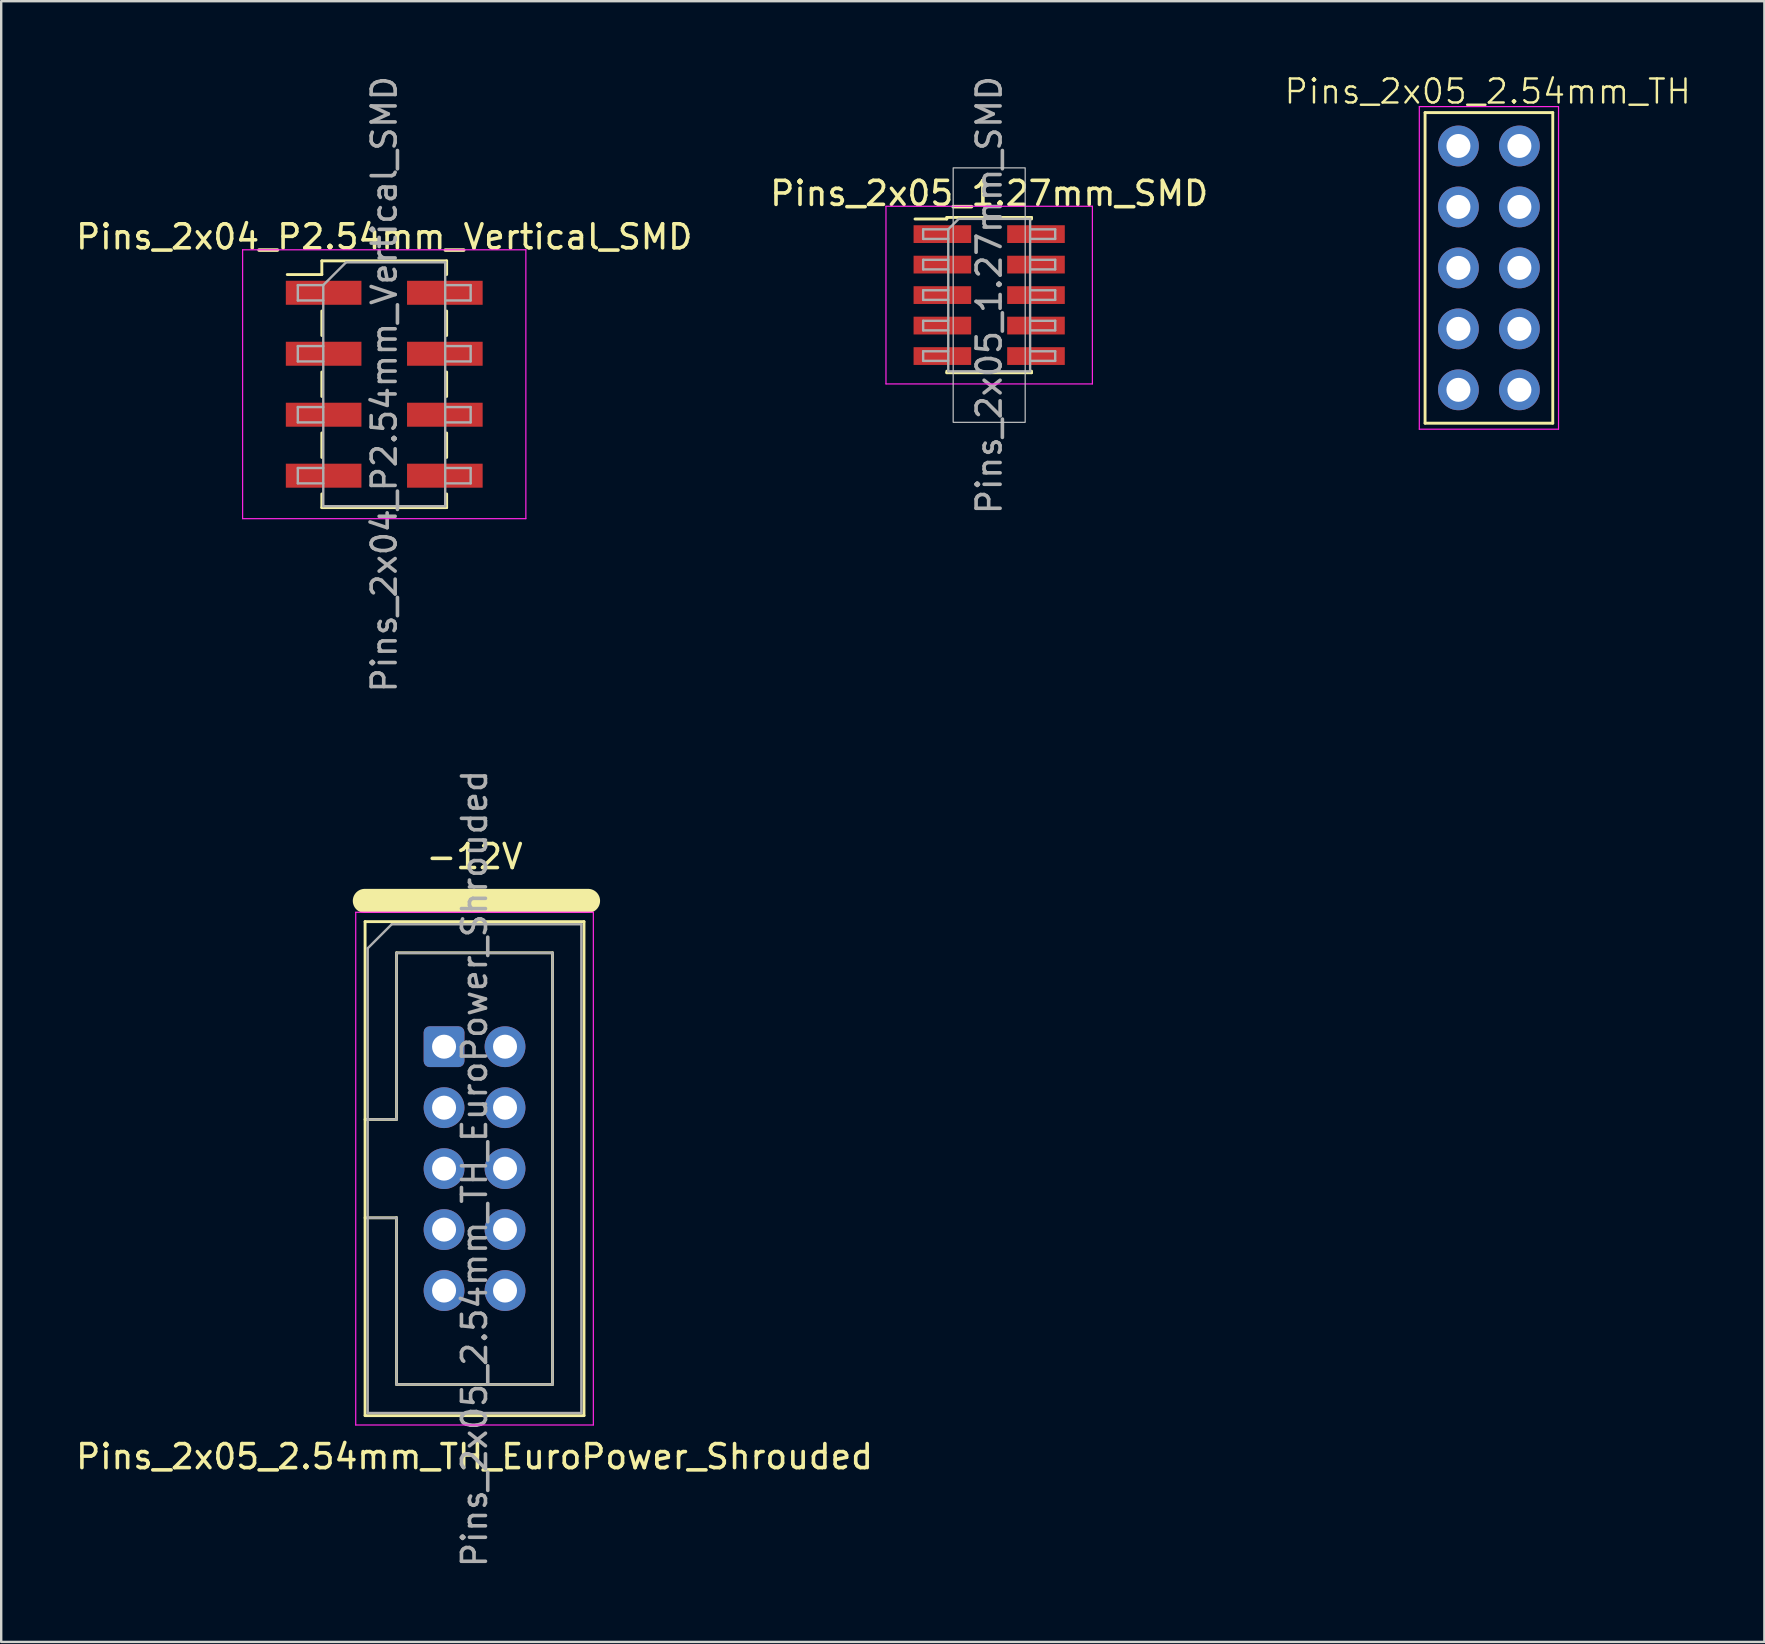
<source format=kicad_pcb>
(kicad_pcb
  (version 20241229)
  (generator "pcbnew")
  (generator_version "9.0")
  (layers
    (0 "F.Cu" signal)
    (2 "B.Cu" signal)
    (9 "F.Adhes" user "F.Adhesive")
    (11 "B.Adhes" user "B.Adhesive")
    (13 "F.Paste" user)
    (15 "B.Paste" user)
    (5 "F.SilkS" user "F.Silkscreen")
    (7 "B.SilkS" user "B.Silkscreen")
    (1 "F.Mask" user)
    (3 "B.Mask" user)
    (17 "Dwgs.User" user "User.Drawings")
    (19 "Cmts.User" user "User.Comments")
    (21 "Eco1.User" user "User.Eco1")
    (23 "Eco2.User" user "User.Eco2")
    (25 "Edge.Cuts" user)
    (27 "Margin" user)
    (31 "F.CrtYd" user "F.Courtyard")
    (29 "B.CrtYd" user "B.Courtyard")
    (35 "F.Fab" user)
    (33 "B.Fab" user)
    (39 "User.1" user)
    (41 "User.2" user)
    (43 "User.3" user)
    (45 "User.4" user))
  (footprint "Pins_2x05_2.54mm_TH_EuroPower_Shrouded"
    (layer "F.Cu")
    (at 16.72 45.637)
    (property "Reference" "Pins_2x05_2.54mm_TH_EuroPower_Shrouded" (at 0 12 0) (layer "F.SilkS") (effects (font (size 1 1) (thickness 0.15))))
    (attr through_hole)
    (fp_line (start -4.572 -11.156) (end 4.73 -11.156) (stroke (width 1) (type solid)) (layer "F.SilkS"))
    (fp_line (start -4.56 -10.29) (end 4.56 -10.29) (stroke (width 0.12) (type solid)) (layer "F.SilkS"))
    (fp_line (start -4.56 -2.05) (end -3.25 -2.05) (stroke (width 0.12) (type solid)) (layer "F.SilkS"))
    (fp_line (start -4.56 10.29) (end -4.56 -10.29) (stroke (width 0.12) (type solid)) (layer "F.SilkS"))
    (fp_line (start -3.25 -8.99) (end 3.25 -8.99) (stroke (width 0.12) (type solid)) (layer "F.SilkS"))
    (fp_line (start -3.25 -2.05) (end -3.25 -8.99) (stroke (width 0.12) (type solid)) (layer "F.SilkS"))
    (fp_line (start -3.25 2.05) (end -4.56 2.05) (stroke (width 0.12) (type solid)) (layer "F.SilkS"))
    (fp_line (start -3.25 2.05) (end -3.25 2.05) (stroke (width 0.12) (type solid)) (layer "F.SilkS"))
    (fp_line (start -3.25 8.99) (end -3.25 2.05) (stroke (width 0.12) (type solid)) (layer "F.SilkS"))
    (fp_line (start 3.25 -8.99) (end 3.25 8.99) (stroke (width 0.12) (type solid)) (layer "F.SilkS"))
    (fp_line (start 3.25 8.99) (end -3.25 8.99) (stroke (width 0.12) (type solid)) (layer "F.SilkS"))
    (fp_line (start 4.56 -10.29) (end 4.56 10.29) (stroke (width 0.12) (type solid)) (layer "F.SilkS"))
    (fp_line (start 4.56 10.29) (end -4.56 10.29) (stroke (width 0.12) (type solid)) (layer "F.SilkS"))
    (fp_line (start -4.95 -10.68) (end -4.95 10.68) (stroke (width 0.05) (type solid)) (layer "F.CrtYd"))
    (fp_line (start -4.95 10.68) (end 4.95 10.68) (stroke (width 0.05) (type solid)) (layer "F.CrtYd"))
    (fp_line (start 4.95 -10.68) (end -4.95 -10.68) (stroke (width 0.05) (type solid)) (layer "F.CrtYd"))
    (fp_line (start 4.95 10.68) (end 4.95 -10.68) (stroke (width 0.05) (type solid)) (layer "F.CrtYd"))
    (fp_line (start -4.45 -9.18) (end -3.45 -10.18) (stroke (width 0.1) (type solid)) (layer "F.Fab"))
    (fp_line (start -4.45 -2.05) (end -3.25 -2.05) (stroke (width 0.1) (type solid)) (layer "F.Fab"))
    (fp_line (start -4.45 10.18) (end -4.45 -9.18) (stroke (width 0.1) (type solid)) (layer "F.Fab"))
    (fp_line (start -3.45 -10.18) (end 4.45 -10.18) (stroke (width 0.1) (type solid)) (layer "F.Fab"))
    (fp_line (start -3.25 -8.99) (end 3.25 -8.99) (stroke (width 0.1) (type solid)) (layer "F.Fab"))
    (fp_line (start -3.25 -2.05) (end -3.25 -8.99) (stroke (width 0.1) (type solid)) (layer "F.Fab"))
    (fp_line (start -3.25 2.05) (end -4.45 2.05) (stroke (width 0.1) (type solid)) (layer "F.Fab"))
    (fp_line (start -3.25 2.05) (end -3.25 2.05) (stroke (width 0.1) (type solid)) (layer "F.Fab"))
    (fp_line (start -3.25 8.99) (end -3.25 2.05) (stroke (width 0.1) (type solid)) (layer "F.Fab"))
    (fp_line (start 3.25 -8.99) (end 3.25 8.99) (stroke (width 0.1) (type solid)) (layer "F.Fab"))
    (fp_line (start 3.25 8.99) (end -3.25 8.99) (stroke (width 0.1) (type solid)) (layer "F.Fab"))
    (fp_line (start 4.45 -10.18) (end 4.45 10.18) (stroke (width 0.1) (type solid)) (layer "F.Fab"))
    (fp_line (start 4.45 10.18) (end -4.45 10.18) (stroke (width 0.1) (type solid)) (layer "F.Fab"))
    (fp_text user "-12V" (at 0 -13 0) (unlocked yes) (layer "F.SilkS") (effects (font (size 1 1) (thickness 0.15))))
    (fp_text user "${REFERENCE}" (at 0 0 90) (layer "F.Fab") (effects (font (size 1 1) (thickness 0.15))))
    (pad "1" thru_hole roundrect (at -1.27 -5.08) (size 1.7 1.7) (drill 1) (layers "*.Cu" "*.Mask") (roundrect_rratio 0.147))
    (pad "2" thru_hole circle (at 1.27 -5.08) (size 1.7 1.7) (drill 1) (layers "*.Cu" "*.Mask"))
    (pad "3" thru_hole circle (at -1.27 -2.54) (size 1.7 1.7) (drill 1) (layers "*.Cu" "*.Mask"))
    (pad "4" thru_hole circle (at 1.27 -2.54) (size 1.7 1.7) (drill 1) (layers "*.Cu" "*.Mask"))
    (pad "5" thru_hole circle (at -1.27 0) (size 1.7 1.7) (drill 1) (layers "*.Cu" "*.Mask"))
    (pad "6" thru_hole circle (at 1.27 0) (size 1.7 1.7) (drill 1) (layers "*.Cu" "*.Mask"))
    (pad "7" thru_hole circle (at -1.27 2.54) (size 1.7 1.7) (drill 1) (layers "*.Cu" "*.Mask"))
    (pad "8" thru_hole circle (at 1.27 2.54) (size 1.7 1.7) (drill 1) (layers "*.Cu" "*.Mask"))
    (pad "9" thru_hole circle (at -1.27 5.08) (size 1.7 1.7) (drill 1) (layers "*.Cu" "*.Mask"))
    (pad "10" thru_hole circle (at 1.27 5.08) (size 1.7 1.7) (drill 1) (layers "*.Cu" "*.Mask")))
  (footprint "Pins_2x05_2.54mm_TH"
    (layer "F.Cu")
    (at 58.981 8.111)
    (property "Reference" "Pins_2x05_2.54mm_TH" (at -0.05 -7.35 0) (layer "F.SilkS") (effects (font (size 1 1) (thickness 0.1))))
    (attr through_hole)
    (fp_line (start -2.66 -6.47) (end -2.66 6.47) (stroke (width 0.12) (type solid)) (layer "F.SilkS"))
    (fp_line (start -2.66 6.47) (end 2.66 6.47) (stroke (width 0.12) (type solid)) (layer "F.SilkS"))
    (fp_line (start 2.66 -6.47) (end -2.66 -6.47) (stroke (width 0.12) (type solid)) (layer "F.SilkS"))
    (fp_line (start 2.66 6.47) (end 2.66 -6.47) (stroke (width 0.12) (type solid)) (layer "F.SilkS"))
    (fp_line (start -2.9 -6.72) (end -2.9 6.72) (stroke (width 0.05) (type solid)) (layer "F.CrtYd"))
    (fp_line (start -2.9 6.72) (end 2.9 6.72) (stroke (width 0.05) (type solid)) (layer "F.CrtYd"))
    (fp_line (start 2.9 -6.72) (end -2.9 -6.72) (stroke (width 0.05) (type solid)) (layer "F.CrtYd"))
    (fp_line (start 2.9 6.72) (end 2.9 -6.72) (stroke (width 0.05) (type solid)) (layer "F.CrtYd"))
    (pad "1" thru_hole oval (at -1.27 -5.08) (size 1.7 1.7) (drill 1) (layers "*.Cu" "*.Mask"))
    (pad "2" thru_hole oval (at 1.27 -5.08) (size 1.7 1.7) (drill 1) (layers "*.Cu" "*.Mask"))
    (pad "3" thru_hole oval (at -1.27 -2.54) (size 1.7 1.7) (drill 1) (layers "*.Cu" "*.Mask"))
    (pad "4" thru_hole oval (at 1.27 -2.54) (size 1.7 1.7) (drill 1) (layers "*.Cu" "*.Mask"))
    (pad "5" thru_hole oval (at -1.27 0) (size 1.7 1.7) (drill 1) (layers "*.Cu" "*.Mask"))
    (pad "6" thru_hole oval (at 1.27 0) (size 1.7 1.7) (drill 1) (layers "*.Cu" "*.Mask"))
    (pad "7" thru_hole oval (at -1.27 2.54) (size 1.7 1.7) (drill 1) (layers "*.Cu" "*.Mask"))
    (pad "8" thru_hole oval (at 1.27 2.54) (size 1.7 1.7) (drill 1) (layers "*.Cu" "*.Mask"))
    (pad "9" thru_hole oval (at -1.27 5.08) (size 1.7 1.7) (drill 1) (layers "*.Cu" "*.Mask"))
    (pad "10" thru_hole oval (at 1.27 5.08) (size 1.7 1.7) (drill 1) (layers "*.Cu" "*.Mask")))
  (footprint "Pins_2x04_P2.54mm_Vertical_SMD"
    (layer "F.Cu")
    (at 12.958 12.958)
    (property "Reference" "Pins_2x04_P2.54mm_Vertical_SMD" (at 0 -6.14 0) (layer "F.SilkS") (effects (font (size 1 1) (thickness 0.15))))
    (attr smd)
    (fp_line (start -4.04 -4.57) (end -2.6 -4.57) (stroke (width 0.12) (type solid)) (layer "F.SilkS"))
    (fp_line (start -2.6 -5.14) (end -2.6 -4.57) (stroke (width 0.12) (type solid)) (layer "F.SilkS"))
    (fp_line (start -2.6 -5.14) (end 2.6 -5.14) (stroke (width 0.12) (type solid)) (layer "F.SilkS"))
    (fp_line (start -2.6 -3.05) (end -2.6 -2.03) (stroke (width 0.12) (type solid)) (layer "F.SilkS"))
    (fp_line (start -2.6 -0.51) (end -2.6 0.51) (stroke (width 0.12) (type solid)) (layer "F.SilkS"))
    (fp_line (start -2.6 2.03) (end -2.6 3.05) (stroke (width 0.12) (type solid)) (layer "F.SilkS"))
    (fp_line (start -2.6 4.57) (end -2.6 5.14) (stroke (width 0.12) (type solid)) (layer "F.SilkS"))
    (fp_line (start -2.6 5.14) (end 2.6 5.14) (stroke (width 0.12) (type solid)) (layer "F.SilkS"))
    (fp_line (start 2.6 -5.14) (end 2.6 -4.57) (stroke (width 0.12) (type solid)) (layer "F.SilkS"))
    (fp_line (start 2.6 -3.05) (end 2.6 -2.03) (stroke (width 0.12) (type solid)) (layer "F.SilkS"))
    (fp_line (start 2.6 -0.51) (end 2.6 0.51) (stroke (width 0.12) (type solid)) (layer "F.SilkS"))
    (fp_line (start 2.6 2.03) (end 2.6 3.05) (stroke (width 0.12) (type solid)) (layer "F.SilkS"))
    (fp_line (start 2.6 4.57) (end 2.6 5.14) (stroke (width 0.12) (type solid)) (layer "F.SilkS"))
    (fp_line (start -5.9 -5.6) (end -5.9 5.6) (stroke (width 0.05) (type solid)) (layer "F.CrtYd"))
    (fp_line (start -5.9 5.6) (end 5.9 5.6) (stroke (width 0.05) (type solid)) (layer "F.CrtYd"))
    (fp_line (start 5.9 -5.6) (end -5.9 -5.6) (stroke (width 0.05) (type solid)) (layer "F.CrtYd"))
    (fp_line (start 5.9 5.6) (end 5.9 -5.6) (stroke (width 0.05) (type solid)) (layer "F.CrtYd"))
    (fp_line (start -3.6 -4.13) (end -3.6 -3.49) (stroke (width 0.1) (type solid)) (layer "F.Fab"))
    (fp_line (start -3.6 -3.49) (end -2.54 -3.49) (stroke (width 0.1) (type solid)) (layer "F.Fab"))
    (fp_line (start -3.6 -1.59) (end -3.6 -0.95) (stroke (width 0.1) (type solid)) (layer "F.Fab"))
    (fp_line (start -3.6 -0.95) (end -2.54 -0.95) (stroke (width 0.1) (type solid)) (layer "F.Fab"))
    (fp_line (start -3.6 0.95) (end -3.6 1.59) (stroke (width 0.1) (type solid)) (layer "F.Fab"))
    (fp_line (start -3.6 1.59) (end -2.54 1.59) (stroke (width 0.1) (type solid)) (layer "F.Fab"))
    (fp_line (start -3.6 3.49) (end -3.6 4.13) (stroke (width 0.1) (type solid)) (layer "F.Fab"))
    (fp_line (start -3.6 4.13) (end -2.54 4.13) (stroke (width 0.1) (type solid)) (layer "F.Fab"))
    (fp_line (start -2.54 -4.13) (end -3.6 -4.13) (stroke (width 0.1) (type solid)) (layer "F.Fab"))
    (fp_line (start -2.54 -4.13) (end -1.59 -5.08) (stroke (width 0.1) (type solid)) (layer "F.Fab"))
    (fp_line (start -2.54 -1.59) (end -3.6 -1.59) (stroke (width 0.1) (type solid)) (layer "F.Fab"))
    (fp_line (start -2.54 0.95) (end -3.6 0.95) (stroke (width 0.1) (type solid)) (layer "F.Fab"))
    (fp_line (start -2.54 3.49) (end -3.6 3.49) (stroke (width 0.1) (type solid)) (layer "F.Fab"))
    (fp_line (start -2.54 5.08) (end -2.54 -4.13) (stroke (width 0.1) (type solid)) (layer "F.Fab"))
    (fp_line (start -1.59 -5.08) (end 2.54 -5.08) (stroke (width 0.1) (type solid)) (layer "F.Fab"))
    (fp_line (start 2.54 -5.08) (end 2.54 5.08) (stroke (width 0.1) (type solid)) (layer "F.Fab"))
    (fp_line (start 2.54 -4.13) (end 3.6 -4.13) (stroke (width 0.1) (type solid)) (layer "F.Fab"))
    (fp_line (start 2.54 -1.59) (end 3.6 -1.59) (stroke (width 0.1) (type solid)) (layer "F.Fab"))
    (fp_line (start 2.54 0.95) (end 3.6 0.95) (stroke (width 0.1) (type solid)) (layer "F.Fab"))
    (fp_line (start 2.54 3.49) (end 3.6 3.49) (stroke (width 0.1) (type solid)) (layer "F.Fab"))
    (fp_line (start 2.54 5.08) (end -2.54 5.08) (stroke (width 0.1) (type solid)) (layer "F.Fab"))
    (fp_line (start 3.6 -4.13) (end 3.6 -3.49) (stroke (width 0.1) (type solid)) (layer "F.Fab"))
    (fp_line (start 3.6 -3.49) (end 2.54 -3.49) (stroke (width 0.1) (type solid)) (layer "F.Fab"))
    (fp_line (start 3.6 -1.59) (end 3.6 -0.95) (stroke (width 0.1) (type solid)) (layer "F.Fab"))
    (fp_line (start 3.6 -0.95) (end 2.54 -0.95) (stroke (width 0.1) (type solid)) (layer "F.Fab"))
    (fp_line (start 3.6 0.95) (end 3.6 1.59) (stroke (width 0.1) (type solid)) (layer "F.Fab"))
    (fp_line (start 3.6 1.59) (end 2.54 1.59) (stroke (width 0.1) (type solid)) (layer "F.Fab"))
    (fp_line (start 3.6 3.49) (end 3.6 4.13) (stroke (width 0.1) (type solid)) (layer "F.Fab"))
    (fp_line (start 3.6 4.13) (end 2.54 4.13) (stroke (width 0.1) (type solid)) (layer "F.Fab"))
    (fp_text user "${REFERENCE}" (at 0 0 90) (layer "F.Fab") (effects (font (size 1 1) (thickness 0.15))))
    (pad "1" smd rect (at -2.525 -3.81) (size 3.15 1) (layers "F.Cu" "F.Mask" "F.Paste"))
    (pad "2" smd rect (at 2.525 -3.81) (size 3.15 1) (layers "F.Cu" "F.Mask" "F.Paste"))
    (pad "3" smd rect (at -2.525 -1.27) (size 3.15 1) (layers "F.Cu" "F.Mask" "F.Paste"))
    (pad "4" smd rect (at 2.525 -1.27) (size 3.15 1) (layers "F.Cu" "F.Mask" "F.Paste"))
    (pad "5" smd rect (at -2.525 1.27) (size 3.15 1) (layers "F.Cu" "F.Mask" "F.Paste"))
    (pad "6" smd rect (at 2.525 1.27) (size 3.15 1) (layers "F.Cu" "F.Mask" "F.Paste"))
    (pad "7" smd rect (at -2.525 3.81) (size 3.15 1) (layers "F.Cu" "F.Mask" "F.Paste"))
    (pad "8" smd rect (at 2.525 3.81) (size 3.15 1) (layers "F.Cu" "F.Mask" "F.Paste")))
  (footprint "Pins_2x05_1.27mm_SMD"
    (layer "F.Cu")
    (at 38.161 9.244)
    (property "Reference" "Pins_2x05_1.27mm_SMD" (at 0 -4.235 0) (layer "F.SilkS") (effects (font (size 1 1) (thickness 0.15))))
    (attr smd)
    (fp_line (start -3.09 -3.17) (end -1.765 -3.17) (stroke (width 0.12) (type solid)) (layer "F.SilkS"))
    (fp_line (start -1.765 -3.235) (end -1.765 -3.17) (stroke (width 0.12) (type solid)) (layer "F.SilkS"))
    (fp_line (start -1.765 -3.235) (end 1.765 -3.235) (stroke (width 0.12) (type solid)) (layer "F.SilkS"))
    (fp_line (start -1.765 3.17) (end -1.765 3.235) (stroke (width 0.12) (type solid)) (layer "F.SilkS"))
    (fp_line (start -1.765 3.235) (end 1.765 3.235) (stroke (width 0.12) (type solid)) (layer "F.SilkS"))
    (fp_line (start 1.765 -3.235) (end 1.765 -3.17) (stroke (width 0.12) (type solid)) (layer "F.SilkS"))
    (fp_line (start 1.765 3.17) (end 1.765 3.235) (stroke (width 0.12) (type solid)) (layer "F.SilkS"))
    (fp_rect (start -1.5 5.3) (end 1.5 -5.3) (stroke (width 0.05) (type solid)) (fill no) (layer "Dwgs.User"))
    (fp_line (start -4.3 -3.7) (end -4.3 3.7) (stroke (width 0.05) (type solid)) (layer "F.CrtYd"))
    (fp_line (start -4.3 3.7) (end 4.3 3.7) (stroke (width 0.05) (type solid)) (layer "F.CrtYd"))
    (fp_line (start 4.3 -3.7) (end -4.3 -3.7) (stroke (width 0.05) (type solid)) (layer "F.CrtYd"))
    (fp_line (start 4.3 3.7) (end 4.3 -3.7) (stroke (width 0.05) (type solid)) (layer "F.CrtYd"))
    (fp_line (start -2.75 -2.74) (end -2.75 -2.34) (stroke (width 0.1) (type solid)) (layer "F.Fab"))
    (fp_line (start -2.75 -2.34) (end -1.705 -2.34) (stroke (width 0.1) (type solid)) (layer "F.Fab"))
    (fp_line (start -2.75 -1.47) (end -2.75 -1.07) (stroke (width 0.1) (type solid)) (layer "F.Fab"))
    (fp_line (start -2.75 -1.07) (end -1.705 -1.07) (stroke (width 0.1) (type solid)) (layer "F.Fab"))
    (fp_line (start -2.75 -0.2) (end -2.75 0.2) (stroke (width 0.1) (type solid)) (layer "F.Fab"))
    (fp_line (start -2.75 0.2) (end -1.705 0.2) (stroke (width 0.1) (type solid)) (layer "F.Fab"))
    (fp_line (start -2.75 1.07) (end -2.75 1.47) (stroke (width 0.1) (type solid)) (layer "F.Fab"))
    (fp_line (start -2.75 1.47) (end -1.705 1.47) (stroke (width 0.1) (type solid)) (layer "F.Fab"))
    (fp_line (start -2.75 2.34) (end -2.75 2.74) (stroke (width 0.1) (type solid)) (layer "F.Fab"))
    (fp_line (start -2.75 2.74) (end -1.705 2.74) (stroke (width 0.1) (type solid)) (layer "F.Fab"))
    (fp_line (start -1.705 -2.74) (end -2.75 -2.74) (stroke (width 0.1) (type solid)) (layer "F.Fab"))
    (fp_line (start -1.705 -2.74) (end -1.27 -3.175) (stroke (width 0.1) (type solid)) (layer "F.Fab"))
    (fp_line (start -1.705 -1.47) (end -2.75 -1.47) (stroke (width 0.1) (type solid)) (layer "F.Fab"))
    (fp_line (start -1.705 -0.2) (end -2.75 -0.2) (stroke (width 0.1) (type solid)) (layer "F.Fab"))
    (fp_line (start -1.705 1.07) (end -2.75 1.07) (stroke (width 0.1) (type solid)) (layer "F.Fab"))
    (fp_line (start -1.705 2.34) (end -2.75 2.34) (stroke (width 0.1) (type solid)) (layer "F.Fab"))
    (fp_line (start -1.705 3.175) (end -1.705 -2.74) (stroke (width 0.1) (type solid)) (layer "F.Fab"))
    (fp_line (start -1.27 -3.175) (end 1.705 -3.175) (stroke (width 0.1) (type solid)) (layer "F.Fab"))
    (fp_line (start 1.705 -3.175) (end 1.705 3.175) (stroke (width 0.1) (type solid)) (layer "F.Fab"))
    (fp_line (start 1.705 -2.74) (end 2.75 -2.74) (stroke (width 0.1) (type solid)) (layer "F.Fab"))
    (fp_line (start 1.705 -1.47) (end 2.75 -1.47) (stroke (width 0.1) (type solid)) (layer "F.Fab"))
    (fp_line (start 1.705 -0.2) (end 2.75 -0.2) (stroke (width 0.1) (type solid)) (layer "F.Fab"))
    (fp_line (start 1.705 1.07) (end 2.75 1.07) (stroke (width 0.1) (type solid)) (layer "F.Fab"))
    (fp_line (start 1.705 2.34) (end 2.75 2.34) (stroke (width 0.1) (type solid)) (layer "F.Fab"))
    (fp_line (start 1.705 3.175) (end -1.705 3.175) (stroke (width 0.1) (type solid)) (layer "F.Fab"))
    (fp_line (start 2.75 -2.74) (end 2.75 -2.34) (stroke (width 0.1) (type solid)) (layer "F.Fab"))
    (fp_line (start 2.75 -2.34) (end 1.705 -2.34) (stroke (width 0.1) (type solid)) (layer "F.Fab"))
    (fp_line (start 2.75 -1.47) (end 2.75 -1.07) (stroke (width 0.1) (type solid)) (layer "F.Fab"))
    (fp_line (start 2.75 -1.07) (end 1.705 -1.07) (stroke (width 0.1) (type solid)) (layer "F.Fab"))
    (fp_line (start 2.75 -0.2) (end 2.75 0.2) (stroke (width 0.1) (type solid)) (layer "F.Fab"))
    (fp_line (start 2.75 0.2) (end 1.705 0.2) (stroke (width 0.1) (type solid)) (layer "F.Fab"))
    (fp_line (start 2.75 1.07) (end 2.75 1.47) (stroke (width 0.1) (type solid)) (layer "F.Fab"))
    (fp_line (start 2.75 1.47) (end 1.705 1.47) (stroke (width 0.1) (type solid)) (layer "F.Fab"))
    (fp_line (start 2.75 2.34) (end 2.75 2.74) (stroke (width 0.1) (type solid)) (layer "F.Fab"))
    (fp_line (start 2.75 2.74) (end 1.705 2.74) (stroke (width 0.1) (type solid)) (layer "F.Fab"))
    (fp_text user "${REFERENCE}" (at 0 0 90) (layer "F.Fab") (effects (font (size 1 1) (thickness 0.15))))
    (pad "1" smd rect (at -1.95 -2.54) (size 2.4 0.74) (layers "F.Cu" "F.Mask" "F.Paste"))
    (pad "2" smd rect (at 1.95 -2.54) (size 2.4 0.74) (layers "F.Cu" "F.Mask" "F.Paste"))
    (pad "3" smd rect (at -1.95 -1.27) (size 2.4 0.74) (layers "F.Cu" "F.Mask" "F.Paste"))
    (pad "4" smd rect (at 1.95 -1.27) (size 2.4 0.74) (layers "F.Cu" "F.Mask" "F.Paste"))
    (pad "5" smd rect (at -1.95 0) (size 2.4 0.74) (layers "F.Cu" "F.Mask" "F.Paste"))
    (pad "6" smd rect (at 1.95 0) (size 2.4 0.74) (layers "F.Cu" "F.Mask" "F.Paste"))
    (pad "7" smd rect (at -1.95 1.27) (size 2.4 0.74) (layers "F.Cu" "F.Mask" "F.Paste"))
    (pad "8" smd rect (at 1.95 1.27) (size 2.4 0.74) (layers "F.Cu" "F.Mask" "F.Paste"))
    (pad "9" smd rect (at -1.95 2.54) (size 2.4 0.74) (layers "F.Cu" "F.Mask" "F.Paste"))
    (pad "10" smd rect (at 1.95 2.54) (size 2.4 0.74) (layers "F.Cu" "F.Mask" "F.Paste")))
  (gr_rect
    (start -3 -3)
    (end 70.457 65.357)
    (stroke (width 0.1) (type default))
    (fill no)
    (layer "Edge.Cuts")))
</source>
